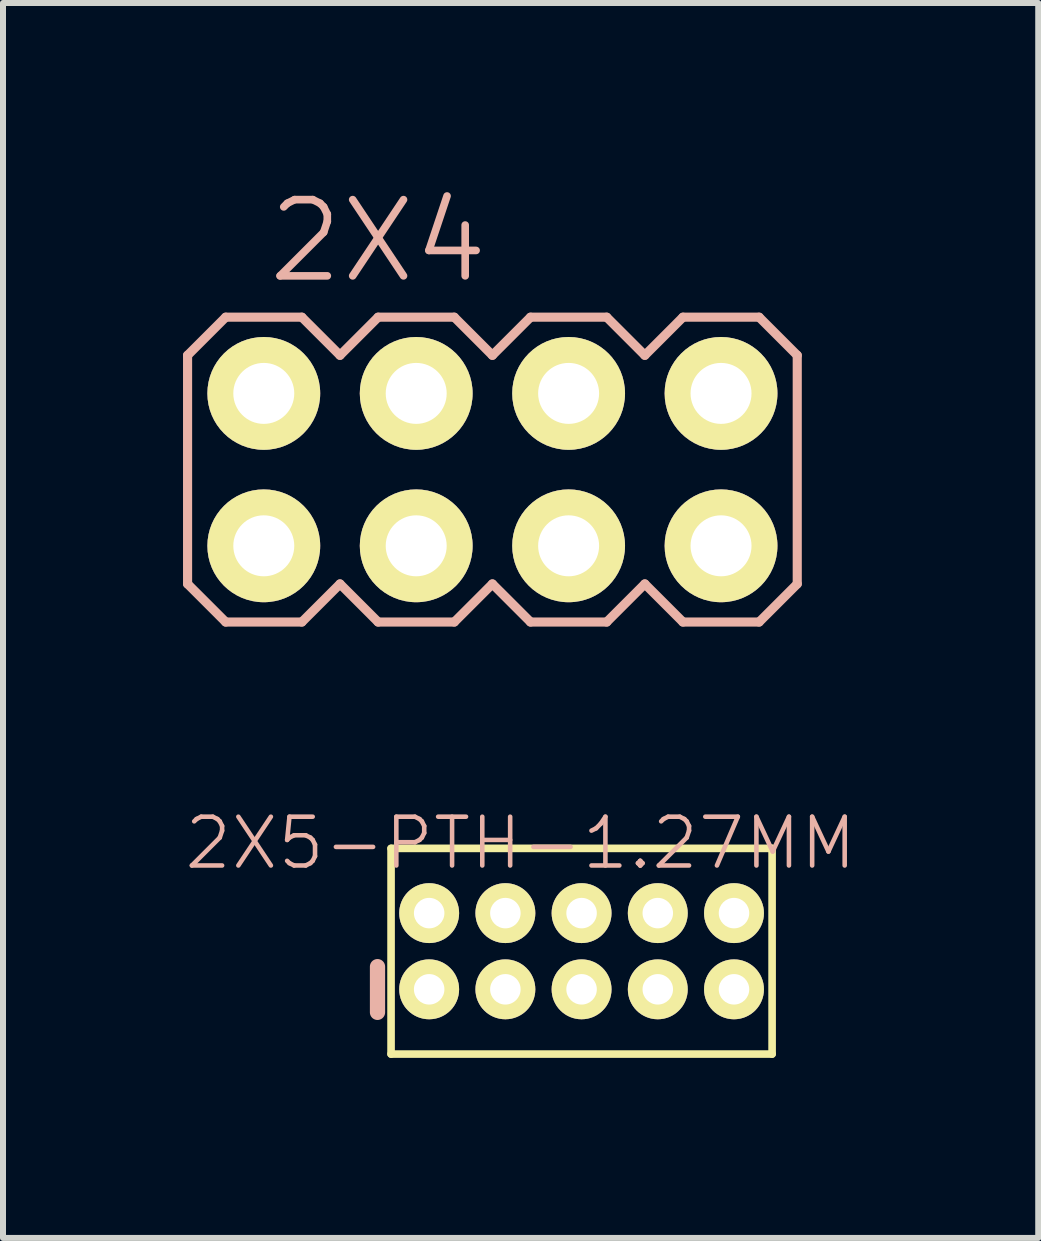
<source format=kicad_pcb>
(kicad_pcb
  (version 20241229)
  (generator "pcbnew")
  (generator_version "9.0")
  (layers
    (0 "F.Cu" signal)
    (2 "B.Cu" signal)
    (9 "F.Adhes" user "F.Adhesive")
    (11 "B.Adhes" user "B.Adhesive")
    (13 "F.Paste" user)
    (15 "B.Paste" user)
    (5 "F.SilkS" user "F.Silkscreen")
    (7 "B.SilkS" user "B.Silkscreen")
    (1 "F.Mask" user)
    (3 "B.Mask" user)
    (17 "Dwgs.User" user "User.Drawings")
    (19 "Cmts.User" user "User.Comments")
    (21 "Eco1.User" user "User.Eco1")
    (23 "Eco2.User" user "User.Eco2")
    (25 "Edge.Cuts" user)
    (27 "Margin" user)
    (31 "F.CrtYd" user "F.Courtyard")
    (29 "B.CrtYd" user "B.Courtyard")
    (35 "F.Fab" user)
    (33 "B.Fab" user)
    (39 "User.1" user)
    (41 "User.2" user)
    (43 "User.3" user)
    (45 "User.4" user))
  (footprint "2X4"
    (layer "F.Cu")
    (at 5.156 4.776)
    (property "Reference" "2X4" (at -1.905 -3.81 0) (layer "B.SilkS") (effects (font (size 1.27 1.27) (thickness 0.127))))
    (attr exclude_from_pos_files exclude_from_bom)
    (fp_line (start -4.064 -1.524) (end -3.556 -1.524) (stroke (width 0.066) (type solid)) (layer "F.SilkS"))
    (fp_line (start -4.064 -1.016) (end -4.064 -1.524) (stroke (width 0.066) (type solid)) (layer "F.SilkS"))
    (fp_line (start -4.064 -1.016) (end -3.556 -1.016) (stroke (width 0.066) (type solid)) (layer "F.SilkS"))
    (fp_line (start -4.064 1.016) (end -3.556 1.016) (stroke (width 0.066) (type solid)) (layer "F.SilkS"))
    (fp_line (start -4.064 1.524) (end -4.064 1.016) (stroke (width 0.066) (type solid)) (layer "F.SilkS"))
    (fp_line (start -4.064 1.524) (end -3.556 1.524) (stroke (width 0.066) (type solid)) (layer "F.SilkS"))
    (fp_line (start -3.556 -1.016) (end -3.556 -1.524) (stroke (width 0.066) (type solid)) (layer "F.SilkS"))
    (fp_line (start -3.556 1.524) (end -3.556 1.016) (stroke (width 0.066) (type solid)) (layer "F.SilkS"))
    (fp_line (start -1.524 -1.524) (end -1.016 -1.524) (stroke (width 0.066) (type solid)) (layer "F.SilkS"))
    (fp_line (start -1.524 -1.016) (end -1.524 -1.524) (stroke (width 0.066) (type solid)) (layer "F.SilkS"))
    (fp_line (start -1.524 -1.016) (end -1.016 -1.016) (stroke (width 0.066) (type solid)) (layer "F.SilkS"))
    (fp_line (start -1.524 1.016) (end -1.016 1.016) (stroke (width 0.066) (type solid)) (layer "F.SilkS"))
    (fp_line (start -1.524 1.524) (end -1.524 1.016) (stroke (width 0.066) (type solid)) (layer "F.SilkS"))
    (fp_line (start -1.524 1.524) (end -1.016 1.524) (stroke (width 0.066) (type solid)) (layer "F.SilkS"))
    (fp_line (start -1.016 -1.016) (end -1.016 -1.524) (stroke (width 0.066) (type solid)) (layer "F.SilkS"))
    (fp_line (start -1.016 1.524) (end -1.016 1.016) (stroke (width 0.066) (type solid)) (layer "F.SilkS"))
    (fp_line (start 1.016 -1.524) (end 1.524 -1.524) (stroke (width 0.066) (type solid)) (layer "F.SilkS"))
    (fp_line (start 1.016 -1.016) (end 1.016 -1.524) (stroke (width 0.066) (type solid)) (layer "F.SilkS"))
    (fp_line (start 1.016 -1.016) (end 1.524 -1.016) (stroke (width 0.066) (type solid)) (layer "F.SilkS"))
    (fp_line (start 1.016 1.016) (end 1.524 1.016) (stroke (width 0.066) (type solid)) (layer "F.SilkS"))
    (fp_line (start 1.016 1.524) (end 1.016 1.016) (stroke (width 0.066) (type solid)) (layer "F.SilkS"))
    (fp_line (start 1.016 1.524) (end 1.524 1.524) (stroke (width 0.066) (type solid)) (layer "F.SilkS"))
    (fp_line (start 1.524 -1.016) (end 1.524 -1.524) (stroke (width 0.066) (type solid)) (layer "F.SilkS"))
    (fp_line (start 1.524 1.524) (end 1.524 1.016) (stroke (width 0.066) (type solid)) (layer "F.SilkS"))
    (fp_line (start 3.556 -1.524) (end 4.064 -1.524) (stroke (width 0.066) (type solid)) (layer "F.SilkS"))
    (fp_line (start 3.556 -1.016) (end 3.556 -1.524) (stroke (width 0.066) (type solid)) (layer "F.SilkS"))
    (fp_line (start 3.556 -1.016) (end 4.064 -1.016) (stroke (width 0.066) (type solid)) (layer "F.SilkS"))
    (fp_line (start 3.556 1.016) (end 4.064 1.016) (stroke (width 0.066) (type solid)) (layer "F.SilkS"))
    (fp_line (start 3.556 1.524) (end 3.556 1.016) (stroke (width 0.066) (type solid)) (layer "F.SilkS"))
    (fp_line (start 3.556 1.524) (end 4.064 1.524) (stroke (width 0.066) (type solid)) (layer "F.SilkS"))
    (fp_line (start 4.064 -1.016) (end 4.064 -1.524) (stroke (width 0.066) (type solid)) (layer "F.SilkS"))
    (fp_line (start 4.064 1.524) (end 4.064 1.016) (stroke (width 0.066) (type solid)) (layer "F.SilkS"))
    (fp_line (start -5.08 -1.905) (end -4.445 -2.54) (stroke (width 0.152) (type solid)) (layer "B.SilkS"))
    (fp_line (start -5.08 1.905) (end -5.08 -1.905) (stroke (width 0.152) (type solid)) (layer "B.SilkS"))
    (fp_line (start -5.08 1.905) (end -4.445 2.54) (stroke (width 0.152) (type solid)) (layer "B.SilkS"))
    (fp_line (start -4.445 -2.54) (end -3.175 -2.54) (stroke (width 0.152) (type solid)) (layer "B.SilkS"))
    (fp_line (start -4.445 2.54) (end -3.175 2.54) (stroke (width 0.152) (type solid)) (layer "B.SilkS"))
    (fp_line (start -3.175 -2.54) (end -2.54 -1.905) (stroke (width 0.152) (type solid)) (layer "B.SilkS"))
    (fp_line (start -3.175 2.54) (end -2.54 1.905) (stroke (width 0.152) (type solid)) (layer "B.SilkS"))
    (fp_line (start -2.54 -1.905) (end -1.905 -2.54) (stroke (width 0.152) (type solid)) (layer "B.SilkS"))
    (fp_line (start -2.54 1.905) (end -1.905 2.54) (stroke (width 0.152) (type solid)) (layer "B.SilkS"))
    (fp_line (start -1.905 -2.54) (end -0.635 -2.54) (stroke (width 0.152) (type solid)) (layer "B.SilkS"))
    (fp_line (start -1.905 2.54) (end -0.635 2.54) (stroke (width 0.152) (type solid)) (layer "B.SilkS"))
    (fp_line (start -0.635 -2.54) (end 0 -1.905) (stroke (width 0.152) (type solid)) (layer "B.SilkS"))
    (fp_line (start -0.635 2.54) (end 0 1.905) (stroke (width 0.152) (type solid)) (layer "B.SilkS"))
    (fp_line (start 0 -1.905) (end 0.635 -2.54) (stroke (width 0.152) (type solid)) (layer "B.SilkS"))
    (fp_line (start 0 1.905) (end 0.635 2.54) (stroke (width 0.152) (type solid)) (layer "B.SilkS"))
    (fp_line (start 0.635 -2.54) (end 1.905 -2.54) (stroke (width 0.152) (type solid)) (layer "B.SilkS"))
    (fp_line (start 0.635 2.54) (end 1.905 2.54) (stroke (width 0.152) (type solid)) (layer "B.SilkS"))
    (fp_line (start 1.905 -2.54) (end 2.54 -1.905) (stroke (width 0.152) (type solid)) (layer "B.SilkS"))
    (fp_line (start 1.905 2.54) (end 2.54 1.905) (stroke (width 0.152) (type solid)) (layer "B.SilkS"))
    (fp_line (start 2.54 -1.905) (end 3.175 -2.54) (stroke (width 0.152) (type solid)) (layer "B.SilkS"))
    (fp_line (start 2.54 1.905) (end 3.175 2.54) (stroke (width 0.152) (type solid)) (layer "B.SilkS"))
    (fp_line (start 3.175 -2.54) (end 4.445 -2.54) (stroke (width 0.152) (type solid)) (layer "B.SilkS"))
    (fp_line (start 3.175 2.54) (end 4.445 2.54) (stroke (width 0.152) (type solid)) (layer "B.SilkS"))
    (fp_line (start 4.445 -2.54) (end 5.08 -1.905) (stroke (width 0.152) (type solid)) (layer "B.SilkS"))
    (fp_line (start 4.445 2.54) (end 5.08 1.905) (stroke (width 0.152) (type solid)) (layer "B.SilkS"))
    (fp_line (start 5.08 -1.905) (end 5.08 1.905) (stroke (width 0.152) (type solid)) (layer "B.SilkS"))
    (pad "1" thru_hole circle (at -3.81 1.27) (size 1.88 1.88) (drill 1.016) (layers "*.Cu" "F.Mask" "F.SilkS" "F.Paste"))
    (pad "2" thru_hole circle (at -3.81 -1.27) (size 1.88 1.88) (drill 1.016) (layers "*.Cu" "F.Mask" "F.SilkS" "F.Paste"))
    (pad "3" thru_hole circle (at -1.27 1.27) (size 1.88 1.88) (drill 1.016) (layers "*.Cu" "F.Mask" "F.SilkS" "F.Paste"))
    (pad "4" thru_hole circle (at -1.27 -1.27) (size 1.88 1.88) (drill 1.016) (layers "*.Cu" "F.Mask" "F.SilkS" "F.Paste"))
    (pad "5" thru_hole circle (at 1.27 1.27) (size 1.88 1.88) (drill 1.016) (layers "*.Cu" "F.Mask" "F.SilkS" "F.Paste"))
    (pad "6" thru_hole circle (at 1.27 -1.27) (size 1.88 1.88) (drill 1.016) (layers "*.Cu" "F.Mask" "F.SilkS" "F.Paste"))
    (pad "7" thru_hole circle (at 3.81 1.27) (size 1.88 1.88) (drill 1.016) (layers "*.Cu" "F.Mask" "F.SilkS" "F.Paste"))
    (pad "8" thru_hole circle (at 3.81 -1.27) (size 1.88 1.88) (drill 1.016) (layers "*.Cu" "F.Mask" "F.SilkS" "F.Paste")))
  (footprint "2X5-PTH-1.27MM"
    (layer "F.Cu")
    (at 6.642 12.802)
    (property "Reference" "2X5-PTH-1.27MM" (at -1.016 -1.801 0) (layer "B.SilkS") (effects (font (size 0.813 0.813) (thickness 0.076))))
    (attr exclude_from_pos_files exclude_from_bom)
    (fp_line (start -3.175 -1.714) (end -3.175 1.714) (stroke (width 0.127) (type solid)) (layer "F.SilkS"))
    (fp_line (start -3.175 1.714) (end 3.175 1.714) (stroke (width 0.127) (type solid)) (layer "F.SilkS"))
    (fp_line (start 3.175 -1.714) (end -3.175 -1.714) (stroke (width 0.127) (type solid)) (layer "F.SilkS"))
    (fp_line (start 3.175 1.714) (end 3.175 -1.714) (stroke (width 0.127) (type solid)) (layer "F.SilkS"))
    (fp_line (start -3.401 1.019) (end -3.401 0.257) (stroke (width 0.254) (type solid)) (layer "B.SilkS"))
    (pad "1" thru_hole circle (at -2.54 0.635) (size 0.998 0.998) (drill 0.508) (layers "*.Cu" "F.Mask" "F.SilkS" "F.Paste"))
    (pad "2" thru_hole circle (at -2.54 -0.635) (size 0.998 0.998) (drill 0.508) (layers "*.Cu" "F.Mask" "F.SilkS" "F.Paste"))
    (pad "3" thru_hole circle (at -1.27 0.635) (size 0.998 0.998) (drill 0.508) (layers "*.Cu" "F.Mask" "F.SilkS" "F.Paste"))
    (pad "4" thru_hole circle (at -1.27 -0.635) (size 0.998 0.998) (drill 0.508) (layers "*.Cu" "F.Mask" "F.SilkS" "F.Paste"))
    (pad "5" thru_hole circle (at 0 0.635) (size 0.998 0.998) (drill 0.508) (layers "*.Cu" "F.Mask" "F.SilkS" "F.Paste"))
    (pad "6" thru_hole circle (at 0 -0.635) (size 0.998 0.998) (drill 0.508) (layers "*.Cu" "F.Mask" "F.SilkS" "F.Paste"))
    (pad "7" thru_hole circle (at 1.27 0.635) (size 0.998 0.998) (drill 0.508) (layers "*.Cu" "F.Mask" "F.SilkS" "F.Paste"))
    (pad "8" thru_hole circle (at 1.27 -0.635) (size 0.998 0.998) (drill 0.508) (layers "*.Cu" "F.Mask" "F.SilkS" "F.Paste"))
    (pad "9" thru_hole circle (at 2.54 0.635) (size 0.998 0.998) (drill 0.508) (layers "*.Cu" "F.Mask" "F.SilkS" "F.Paste"))
    (pad "10" thru_hole circle (at 2.54 -0.635) (size 0.998 0.998) (drill 0.508) (layers "*.Cu" "F.Mask" "F.SilkS" "F.Paste")))
  (gr_rect
    (start -3 -3)
    (end 14.252 17.58)
    (stroke (width 0.1) (type default))
    (fill no)
    (layer "Edge.Cuts")))
</source>
